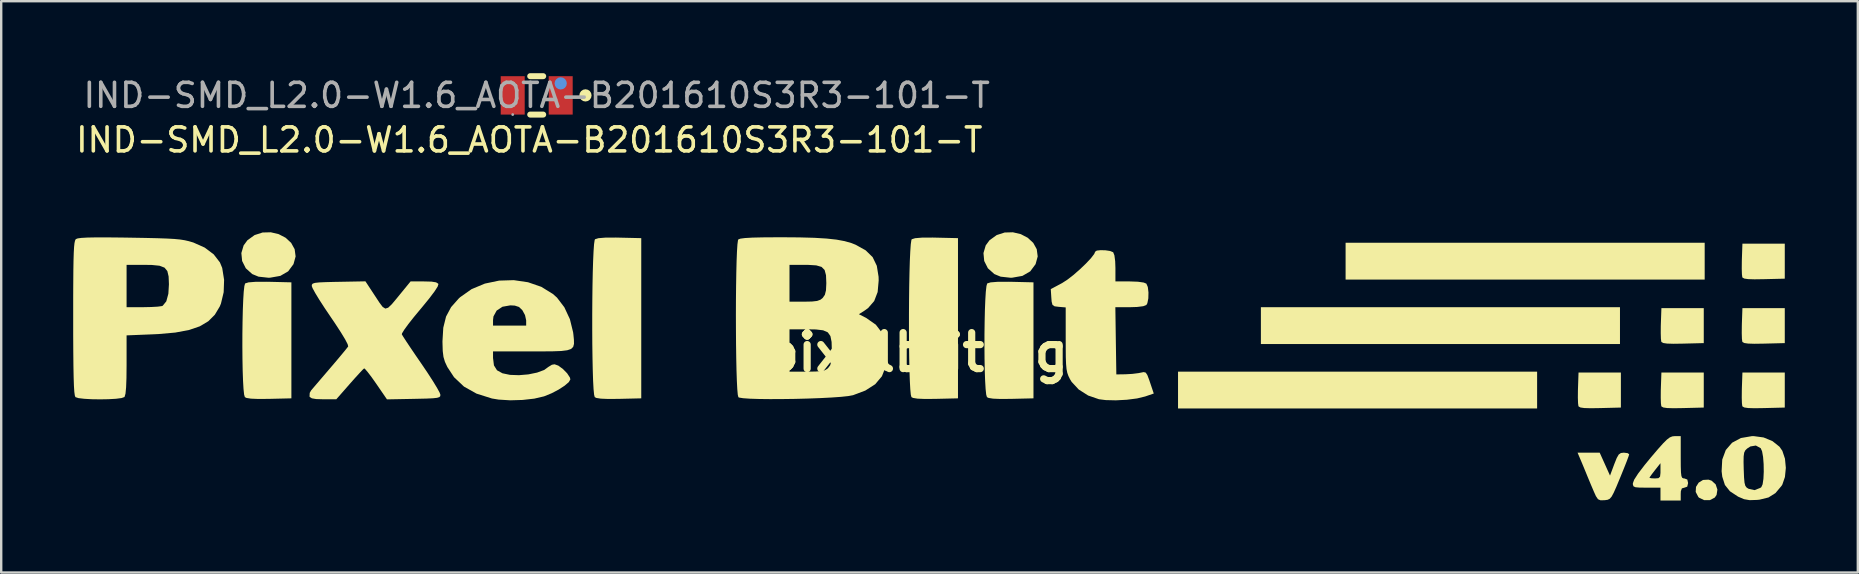
<source format=kicad_pcb>
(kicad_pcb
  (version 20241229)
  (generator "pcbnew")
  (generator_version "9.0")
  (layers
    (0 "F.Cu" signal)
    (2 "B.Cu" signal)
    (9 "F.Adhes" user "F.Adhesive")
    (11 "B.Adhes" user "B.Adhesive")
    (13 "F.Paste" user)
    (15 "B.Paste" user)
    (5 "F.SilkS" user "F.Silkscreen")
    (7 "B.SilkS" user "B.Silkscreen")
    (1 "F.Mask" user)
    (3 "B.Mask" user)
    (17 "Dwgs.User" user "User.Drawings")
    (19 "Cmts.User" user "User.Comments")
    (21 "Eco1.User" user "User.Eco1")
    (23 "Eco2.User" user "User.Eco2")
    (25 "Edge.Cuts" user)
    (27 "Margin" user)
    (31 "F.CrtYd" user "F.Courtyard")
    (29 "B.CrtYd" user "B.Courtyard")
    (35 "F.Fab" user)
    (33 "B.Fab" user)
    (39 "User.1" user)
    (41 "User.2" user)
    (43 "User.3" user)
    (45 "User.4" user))
  (footprint "pixelblitlogo"
    (layer "F.Cu")
    (at 35.836 11.632)
    (property "Reference" "pixelblitlogo" (at 0 0 0) (layer "F.SilkS") (effects (font (size 1.5 1.5) (thickness 0.3))))
    (attr board_only exclude_from_pos_files exclude_from_bom)
    (fp_poly (pts (xy 25.17 1.573) (xy 25.17 2.34) (xy 17.688 2.34) (xy 10.206 2.34) (xy 10.206 1.573) (xy 10.206 0.806) (xy 17.688 0.806) (xy 25.17 0.806)) (stroke (width 0) (type solid)) (fill yes) (layer "F.SilkS"))
    (fp_poly (pts (xy 28.623 -1.113) (xy 28.623 -0.345) (xy 21.141 -0.345) (xy 13.659 -0.345) (xy 13.659 -1.113) (xy 13.659 -1.88) (xy 21.141 -1.88) (xy 28.623 -1.88)) (stroke (width 0) (type solid)) (fill yes) (layer "F.SilkS"))
    (fp_poly (pts (xy 32.153 -3.798) (xy 32.153 -3.031) (xy 24.671 -3.031) (xy 17.189 -3.031) (xy 17.189 -3.798) (xy 17.189 -4.566) (xy 24.671 -4.566) (xy 32.153 -4.566)) (stroke (width 0) (type solid)) (fill yes) (layer "F.SilkS"))
    (fp_poly (pts (xy 32.441 5.349) (xy 32.61 5.502) (xy 32.683 5.72) (xy 32.649 5.943) (xy 32.574 6.053) (xy 32.371 6.159) (xy 32.129 6.16) (xy 31.918 6.058) (xy 31.89 6.031) (xy 31.779 5.819) (xy 31.791 5.608) (xy 31.902 5.431) (xy 32.084 5.319) (xy 32.313 5.306)) (stroke (width 0) (type solid)) (fill yes) (layer "F.SilkS"))
    (fp_poly (pts (xy 28.661 1.573) (xy 28.661 2.302) (xy 27.797 2.324) (xy 27.401 2.33) (xy 27.135 2.322) (xy 26.976 2.299) (xy 26.902 2.258) (xy 26.892 2.241) (xy 26.876 2.119) (xy 26.868 1.888) (xy 26.871 1.59) (xy 26.874 1.49) (xy 26.896 0.844) (xy 27.779 0.844) (xy 28.661 0.844)) (stroke (width 0) (type solid)) (fill yes) (layer "F.SilkS"))
    (fp_poly (pts (xy 32.115 -1.113) (xy 32.115 -0.384) (xy 31.25 -0.362) (xy 30.854 -0.356) (xy 30.588 -0.364) (xy 30.43 -0.387) (xy 30.355 -0.428) (xy 30.345 -0.445) (xy 30.329 -0.567) (xy 30.322 -0.798) (xy 30.324 -1.096) (xy 30.327 -1.196) (xy 30.35 -1.842) (xy 31.232 -1.842) (xy 32.115 -1.842)) (stroke (width 0) (type solid)) (fill yes) (layer "F.SilkS"))
    (fp_poly (pts (xy 32.115 1.573) (xy 32.115 2.302) (xy 31.25 2.324) (xy 30.854 2.33) (xy 30.588 2.322) (xy 30.43 2.299) (xy 30.355 2.258) (xy 30.345 2.241) (xy 30.329 2.119) (xy 30.322 1.888) (xy 30.324 1.59) (xy 30.327 1.49) (xy 30.35 0.844) (xy 31.232 0.844) (xy 32.115 0.844)) (stroke (width 0) (type solid)) (fill yes) (layer "F.SilkS"))
    (fp_poly (pts (xy 35.491 -3.798) (xy 35.491 -3.069) (xy 34.626 -3.048) (xy 34.23 -3.042) (xy 33.965 -3.05) (xy 33.806 -3.073) (xy 33.731 -3.113) (xy 33.721 -3.131) (xy 33.705 -3.253) (xy 33.698 -3.484) (xy 33.701 -3.782) (xy 33.703 -3.882) (xy 33.726 -4.527) (xy 34.608 -4.527) (xy 35.491 -4.527)) (stroke (width 0) (type solid)) (fill yes) (layer "F.SilkS"))
    (fp_poly (pts (xy 35.491 -1.113) (xy 35.491 -0.384) (xy 34.626 -0.362) (xy 34.23 -0.356) (xy 33.965 -0.364) (xy 33.806 -0.387) (xy 33.731 -0.428) (xy 33.721 -0.445) (xy 33.705 -0.567) (xy 33.698 -0.798) (xy 33.701 -1.096) (xy 33.703 -1.196) (xy 33.726 -1.842) (xy 34.608 -1.842) (xy 35.491 -1.842)) (stroke (width 0) (type solid)) (fill yes) (layer "F.SilkS"))
    (fp_poly (pts (xy 35.491 1.573) (xy 35.491 2.302) (xy 34.626 2.324) (xy 34.23 2.33) (xy 33.965 2.322) (xy 33.806 2.299) (xy 33.731 2.258) (xy 33.721 2.241) (xy 33.705 2.119) (xy 33.698 1.888) (xy 33.701 1.59) (xy 33.703 1.49) (xy 33.726 0.844) (xy 34.608 0.844) (xy 35.491 0.844)) (stroke (width 0) (type solid)) (fill yes) (layer "F.SilkS"))
    (fp_poly (pts (xy -27.274 -4.925) (xy -26.983 -4.774) (xy -26.753 -4.561) (xy -26.607 -4.297) (xy -26.567 -3.996) (xy -26.655 -3.674) (xy -26.878 -3.374) (xy -27.204 -3.185) (xy -27.63 -3.11) (xy -27.702 -3.108) (xy -28.113 -3.153) (xy -28.375 -3.261) (xy -28.643 -3.502) (xy -28.796 -3.806) (xy -28.828 -4.136) (xy -28.733 -4.456) (xy -28.576 -4.669) (xy -28.276 -4.886) (xy -27.943 -4.993) (xy -27.601 -5.002)) (stroke (width 0) (type solid)) (fill yes) (layer "F.SilkS"))
    (fp_poly (pts (xy 3.652 -4.925) (xy 3.942 -4.774) (xy 4.172 -4.561) (xy 4.318 -4.297) (xy 4.358 -3.996) (xy 4.27 -3.674) (xy 4.047 -3.374) (xy 3.721 -3.185) (xy 3.296 -3.11) (xy 3.223 -3.108) (xy 2.812 -3.153) (xy 2.551 -3.261) (xy 2.282 -3.502) (xy 2.129 -3.806) (xy 2.098 -4.136) (xy 2.192 -4.456) (xy 2.349 -4.669) (xy 2.649 -4.886) (xy 2.982 -4.993) (xy 3.324 -5.002)) (stroke (width 0) (type solid)) (fill yes) (layer "F.SilkS"))
    (fp_poly (pts (xy -27.653 -2.938) (xy -26.743 -2.916) (xy -26.743 -0.499) (xy -26.743 1.918) (xy -27.665 1.94) (xy -28.116 1.944) (xy -28.428 1.931) (xy -28.615 1.901) (xy -28.682 1.867) (xy -28.713 1.761) (xy -28.738 1.526) (xy -28.758 1.185) (xy -28.773 0.762) (xy -28.782 0.281) (xy -28.786 -0.236) (xy -28.785 -0.765) (xy -28.778 -1.282) (xy -28.767 -1.763) (xy -28.75 -2.186) (xy -28.729 -2.527) (xy -28.702 -2.763) (xy -28.671 -2.87) (xy -28.67 -2.871) (xy -28.528 -2.915) (xy -28.236 -2.938) (xy -27.793 -2.94)) (stroke (width 0) (type solid)) (fill yes) (layer "F.SilkS"))
    (fp_poly (pts (xy 3.272 -2.938) (xy 4.182 -2.916) (xy 4.182 -0.499) (xy 4.182 1.918) (xy 3.26 1.94) (xy 2.809 1.944) (xy 2.497 1.931) (xy 2.31 1.901) (xy 2.243 1.867) (xy 2.212 1.761) (xy 2.187 1.526) (xy 2.167 1.185) (xy 2.152 0.762) (xy 2.143 0.281) (xy 2.139 -0.236) (xy 2.14 -0.765) (xy 2.147 -1.282) (xy 2.158 -1.763) (xy 2.175 -2.186) (xy 2.196 -2.527) (xy 2.223 -2.763) (xy 2.254 -2.87) (xy 2.255 -2.871) (xy 2.397 -2.915) (xy 2.689 -2.938) (xy 3.132 -2.94)) (stroke (width 0) (type solid)) (fill yes) (layer "F.SilkS"))
    (fp_poly (pts (xy -13.073 -4.779) (xy -12.163 -4.758) (xy -12.163 -1.42) (xy -12.163 1.918) (xy -13.085 1.94) (xy -13.536 1.944) (xy -13.848 1.931) (xy -14.035 1.901) (xy -14.102 1.867) (xy -14.128 1.765) (xy -14.151 1.531) (xy -14.17 1.183) (xy -14.184 0.741) (xy -14.195 0.225) (xy -14.203 -0.345) (xy -14.206 -0.95) (xy -14.206 -1.57) (xy -14.202 -2.186) (xy -14.195 -2.777) (xy -14.184 -3.324) (xy -14.169 -3.807) (xy -14.151 -4.206) (xy -14.13 -4.503) (xy -14.105 -4.676) (xy -14.09 -4.712) (xy -13.948 -4.756) (xy -13.656 -4.78) (xy -13.213 -4.782)) (stroke (width 0) (type solid)) (fill yes) (layer "F.SilkS"))
    (fp_poly (pts (xy 0.126 -4.779) (xy 1.036 -4.758) (xy 1.036 -1.42) (xy 1.036 1.918) (xy 0.113 1.94) (xy -0.337 1.944) (xy -0.649 1.931) (xy -0.836 1.901) (xy -0.903 1.867) (xy -0.93 1.765) (xy -0.952 1.531) (xy -0.971 1.183) (xy -0.986 0.741) (xy -0.997 0.225) (xy -1.004 -0.345) (xy -1.007 -0.95) (xy -1.007 -1.57) (xy -1.003 -2.186) (xy -0.996 -2.777) (xy -0.985 -3.324) (xy -0.971 -3.807) (xy -0.952 -4.206) (xy -0.931 -4.503) (xy -0.906 -4.676) (xy -0.891 -4.712) (xy -0.749 -4.756) (xy -0.457 -4.78) (xy -0.014 -4.782)) (stroke (width 0) (type solid)) (fill yes) (layer "F.SilkS"))
    (fp_poly (pts (xy 27.993 4.659) (xy 28.208 5.137) (xy 28.386 4.659) (xy 28.489 4.402) (xy 28.572 4.258) (xy 28.662 4.196) (xy 28.786 4.182) (xy 28.943 4.202) (xy 29.007 4.249) (xy 28.979 4.341) (xy 28.903 4.546) (xy 28.789 4.834) (xy 28.65 5.177) (xy 28.629 5.227) (xy 28.474 5.6) (xy 28.36 5.856) (xy 28.273 6.016) (xy 28.195 6.104) (xy 28.11 6.145) (xy 28.002 6.161) (xy 27.976 6.163) (xy 27.811 6.167) (xy 27.707 6.122) (xy 27.62 5.993) (xy 27.541 5.818) (xy 27.412 5.516) (xy 27.281 5.201) (xy 27.241 5.103) (xy 27.125 4.821) (xy 27.008 4.54) (xy 26.978 4.47) (xy 26.856 4.182) (xy 27.317 4.182) (xy 27.778 4.182)) (stroke (width 0) (type solid)) (fill yes) (layer "F.SilkS"))
    (fp_poly (pts (xy 31.155 4.374) (xy 31.157 4.753) (xy 31.165 5.005) (xy 31.183 5.155) (xy 31.217 5.23) (xy 31.271 5.255) (xy 31.309 5.256) (xy 31.429 5.301) (xy 31.462 5.448) (xy 31.426 5.599) (xy 31.309 5.64) (xy 31.203 5.67) (xy 31.16 5.788) (xy 31.155 5.909) (xy 31.155 6.177) (xy 30.733 6.177) (xy 30.311 6.177) (xy 30.311 5.909) (xy 30.311 5.64) (xy 29.736 5.64) (xy 29.443 5.638) (xy 29.271 5.623) (xy 29.188 5.586) (xy 29.162 5.516) (xy 29.16 5.457) (xy 29.215 5.307) (xy 29.266 5.229) (xy 29.851 5.229) (xy 29.918 5.248) (xy 30.079 5.256) (xy 30.081 5.256) (xy 30.227 5.245) (xy 30.293 5.182) (xy 30.311 5.023) (xy 30.311 4.939) (xy 30.311 4.621) (xy 30.081 4.911) (xy 29.947 5.085) (xy 29.864 5.203) (xy 29.851 5.229) (xy 29.266 5.229) (xy 29.377 5.056) (xy 29.644 4.706) (xy 29.908 4.384) (xy 30.202 4.039) (xy 30.419 3.796) (xy 30.579 3.637) (xy 30.702 3.545) (xy 30.807 3.503) (xy 30.906 3.493) (xy 31.155 3.492)) (stroke (width 0) (type solid)) (fill yes) (layer "F.SilkS"))
    (fp_poly (pts (xy 34.608 3.548) (xy 34.98 3.702) (xy 35.27 3.934) (xy 35.389 4.104) (xy 35.499 4.433) (xy 35.535 4.816) (xy 35.498 5.194) (xy 35.391 5.508) (xy 35.357 5.564) (xy 35.102 5.867) (xy 34.812 6.049) (xy 34.44 6.14) (xy 34.332 6.151) (xy 34.028 6.161) (xy 33.794 6.121) (xy 33.553 6.018) (xy 33.539 6.01) (xy 33.206 5.791) (xy 32.996 5.528) (xy 32.886 5.184) (xy 32.859 4.955) (xy 32.879 4.578) (xy 33.773 4.578) (xy 33.78 4.871) (xy 33.793 5.211) (xy 33.813 5.431) (xy 33.847 5.563) (xy 33.904 5.639) (xy 33.986 5.689) (xy 34.231 5.743) (xy 34.472 5.649) (xy 34.513 5.619) (xy 34.567 5.5) (xy 34.601 5.272) (xy 34.615 4.977) (xy 34.61 4.659) (xy 34.587 4.361) (xy 34.545 4.125) (xy 34.488 3.996) (xy 34.286 3.885) (xy 34.058 3.923) (xy 33.923 4.01) (xy 33.846 4.085) (xy 33.799 4.182) (xy 33.777 4.335) (xy 33.773 4.578) (xy 32.879 4.578) (xy 32.885 4.469) (xy 33.033 4.07) (xy 33.295 3.768) (xy 33.661 3.572) (xy 34.123 3.493) (xy 34.194 3.492)) (stroke (width 0) (type solid)) (fill yes) (layer "F.SilkS"))
    (fp_poly (pts (xy 7.186 -4.251) (xy 7.377 -4.222) (xy 7.5 -4.172) (xy 7.505 -4.167) (xy 7.555 -4.039) (xy 7.587 -3.794) (xy 7.597 -3.515) (xy 7.597 -2.954) (xy 8.196 -2.954) (xy 8.533 -2.942) (xy 8.774 -2.908) (xy 8.886 -2.862) (xy 8.947 -2.721) (xy 8.974 -2.494) (xy 8.968 -2.248) (xy 8.928 -2.046) (xy 8.886 -1.972) (xy 8.757 -1.922) (xy 8.505 -1.89) (xy 8.194 -1.88) (xy 7.594 -1.88) (xy 7.614 -0.48) (xy 7.635 0.921) (xy 8.019 0.915) (xy 8.302 0.899) (xy 8.563 0.866) (xy 8.642 0.85) (xy 8.774 0.824) (xy 8.86 0.846) (xy 8.927 0.946) (xy 9.005 1.153) (xy 9.039 1.254) (xy 9.195 1.717) (xy 8.837 1.84) (xy 8.5 1.922) (xy 8.072 1.977) (xy 7.615 2.001) (xy 7.191 1.991) (xy 6.91 1.955) (xy 6.46 1.8) (xy 6.067 1.55) (xy 5.772 1.232) (xy 5.704 1.12) (xy 5.638 0.987) (xy 5.591 0.855) (xy 5.559 0.696) (xy 5.54 0.484) (xy 5.529 0.191) (xy 5.526 -0.21) (xy 5.525 -0.545) (xy 5.525 -1.871) (xy 5.237 -1.895) (xy 5.062 -1.917) (xy 4.975 -1.975) (xy 4.939 -2.112) (xy 4.926 -2.276) (xy 4.903 -2.634) (xy 5.374 -2.885) (xy 5.59 -3.024) (xy 5.847 -3.223) (xy 6.115 -3.457) (xy 6.367 -3.698) (xy 6.576 -3.92) (xy 6.713 -4.098) (xy 6.753 -4.193) (xy 6.819 -4.239) (xy 6.982 -4.257)) (stroke (width 0) (type solid)) (fill yes) (layer "F.SilkS"))
    (fp_poly (pts (xy -16.881 -2.92) (xy -16.328 -2.729) (xy -15.846 -2.432) (xy -15.674 -2.279) (xy -15.368 -1.877) (xy -15.137 -1.381) (xy -15.003 -0.837) (xy -14.991 -0.743) (xy -14.969 -0.521) (xy -14.966 -0.351) (xy -15 -0.226) (xy -15.087 -0.14) (xy -15.247 -0.086) (xy -15.495 -0.055) (xy -15.851 -0.042) (xy -16.33 -0.038) (xy -16.738 -0.038) (xy -18.34 -0.038) (xy -18.34 0.235) (xy -18.302 0.545) (xy -18.174 0.749) (xy -17.947 0.874) (xy -17.632 0.94) (xy -17.259 0.953) (xy -16.868 0.92) (xy -16.504 0.845) (xy -16.209 0.736) (xy -16.033 0.608) (xy -15.886 0.518) (xy -15.775 0.499) (xy -15.618 0.555) (xy -15.428 0.695) (xy -15.252 0.874) (xy -15.138 1.048) (xy -15.117 1.128) (xy -15.183 1.243) (xy -15.358 1.392) (xy -15.609 1.555) (xy -15.902 1.708) (xy -16.203 1.831) (xy -16.217 1.836) (xy -16.62 1.93) (xy -17.11 1.985) (xy -17.627 2) (xy -18.11 1.97) (xy -18.387 1.924) (xy -19.029 1.721) (xy -19.551 1.428) (xy -19.964 1.038) (xy -20.243 0.614) (xy -20.344 0.398) (xy -20.405 0.193) (xy -20.436 -0.054) (xy -20.446 -0.395) (xy -20.447 -0.46) (xy -20.413 -1.026) (xy -20.333 -1.346) (xy -18.34 -1.346) (xy -18.34 -1.113) (xy -17.65 -1.113) (xy -16.959 -1.113) (xy -16.959 -1.333) (xy -17.007 -1.551) (xy -17.118 -1.755) (xy -17.257 -1.889) (xy -17.433 -1.947) (xy -17.62 -1.957) (xy -17.947 -1.899) (xy -18.189 -1.739) (xy -18.322 -1.496) (xy -18.34 -1.346) (xy -20.333 -1.346) (xy -20.298 -1.489) (xy -20.087 -1.884) (xy -19.766 -2.246) (xy -19.707 -2.3) (xy -19.23 -2.635) (xy -18.68 -2.864) (xy -18.086 -2.988) (xy -17.476 -3.007)) (stroke (width 0) (type solid)) (fill yes) (layer "F.SilkS"))
    (fp_poly (pts (xy -33.806 -4.783) (xy -33.478 -4.778) (xy -32.838 -4.767) (xy -32.329 -4.755) (xy -31.931 -4.741) (xy -31.623 -4.724) (xy -31.382 -4.701) (xy -31.187 -4.67) (xy -31.017 -4.631) (xy -30.85 -4.582) (xy -30.825 -4.574) (xy -30.357 -4.365) (xy -29.981 -4.083) (xy -29.721 -3.746) (xy -29.626 -3.516) (xy -29.547 -3.02) (xy -29.565 -2.504) (xy -29.678 -2.032) (xy -29.728 -1.909) (xy -29.933 -1.567) (xy -30.206 -1.294) (xy -30.561 -1.083) (xy -31.015 -0.928) (xy -31.583 -0.823) (xy -32.281 -0.761) (xy -32.517 -0.75) (xy -33.611 -0.706) (xy -33.611 0.533) (xy -33.616 1.07) (xy -33.631 1.462) (xy -33.656 1.72) (xy -33.693 1.851) (xy -33.703 1.865) (xy -33.82 1.906) (xy -34.053 1.936) (xy -34.363 1.954) (xy -34.712 1.96) (xy -35.062 1.955) (xy -35.376 1.937) (xy -35.614 1.909) (xy -35.741 1.868) (xy -35.744 1.865) (xy -35.768 1.799) (xy -35.789 1.646) (xy -35.805 1.398) (xy -35.817 1.044) (xy -35.826 0.574) (xy -35.832 -0.021) (xy -35.836 -0.753) (xy -35.836 -1.426) (xy -35.836 -2.225) (xy -35.834 -2.763) (xy -33.611 -2.763) (xy -33.611 -1.88) (xy -32.901 -1.881) (xy -32.58 -1.888) (xy -32.314 -1.903) (xy -32.144 -1.926) (xy -32.107 -1.939) (xy -31.956 -2.124) (xy -31.87 -2.44) (xy -31.846 -2.834) (xy -31.859 -3.161) (xy -31.913 -3.387) (xy -32.031 -3.529) (xy -32.238 -3.608) (xy -32.557 -3.64) (xy -32.882 -3.645) (xy -33.611 -3.645) (xy -33.611 -2.763) (xy -35.834 -2.763) (xy -35.833 -2.884) (xy -35.829 -3.417) (xy -35.822 -3.836) (xy -35.812 -4.156) (xy -35.799 -4.389) (xy -35.782 -4.55) (xy -35.76 -4.651) (xy -35.734 -4.707) (xy -35.723 -4.718) (xy -35.648 -4.747) (xy -35.493 -4.768) (xy -35.245 -4.782) (xy -34.89 -4.789) (xy -34.415 -4.789)) (stroke (width 0) (type solid)) (fill yes) (layer "F.SilkS"))
    (fp_poly (pts (xy -23.252 -2.342) (xy -23.071 -2.066) (xy -22.939 -1.892) (xy -22.827 -1.822) (xy -22.709 -1.86) (xy -22.556 -2.006) (xy -22.341 -2.263) (xy -22.21 -2.424) (xy -21.776 -2.954) (xy -21.217 -2.954) (xy -20.902 -2.946) (xy -20.714 -2.916) (xy -20.625 -2.861) (xy -20.616 -2.842) (xy -20.648 -2.739) (xy -20.778 -2.537) (xy -20.997 -2.246) (xy -21.297 -1.879) (xy -21.374 -1.787) (xy -21.643 -1.463) (xy -21.869 -1.176) (xy -22.037 -0.946) (xy -22.129 -0.796) (xy -22.142 -0.751) (xy -22.089 -0.661) (xy -21.963 -0.466) (xy -21.779 -0.19) (xy -21.551 0.146) (xy -21.324 0.476) (xy -21.07 0.851) (xy -20.85 1.191) (xy -20.678 1.473) (xy -20.568 1.674) (xy -20.534 1.765) (xy -20.539 1.825) (xy -20.577 1.867) (xy -20.671 1.896) (xy -20.842 1.915) (xy -21.115 1.928) (xy -21.512 1.937) (xy -21.644 1.94) (xy -22.76 1.961) (xy -23.211 1.304) (xy -23.401 1.035) (xy -23.562 0.824) (xy -23.673 0.695) (xy -23.711 0.669) (xy -23.779 0.732) (xy -23.924 0.887) (xy -24.125 1.108) (xy -24.316 1.324) (xy -24.871 1.957) (xy -25.407 1.957) (xy -25.71 1.948) (xy -25.889 1.918) (xy -25.976 1.861) (xy -25.987 1.839) (xy -25.979 1.691) (xy -25.922 1.589) (xy -25.833 1.484) (xy -25.666 1.289) (xy -25.443 1.028) (xy -25.186 0.728) (xy -25.121 0.652) (xy -24.865 0.352) (xy -24.644 0.088) (xy -24.477 -0.115) (xy -24.385 -0.232) (xy -24.376 -0.246) (xy -24.399 -0.339) (xy -24.503 -0.54) (xy -24.679 -0.83) (xy -24.915 -1.193) (xy -25.105 -1.473) (xy -25.358 -1.848) (xy -25.578 -2.188) (xy -25.75 -2.471) (xy -25.86 -2.672) (xy -25.894 -2.763) (xy -25.888 -2.822) (xy -25.849 -2.865) (xy -25.756 -2.894) (xy -25.584 -2.913) (xy -25.311 -2.925) (xy -24.914 -2.935) (xy -24.778 -2.937) (xy -23.657 -2.958)) (stroke (width 0) (type solid)) (fill yes) (layer "F.SilkS"))
    (fp_poly (pts (xy -5.576 -4.789) (xy -4.952 -4.772) (xy -4.441 -4.741) (xy -4.026 -4.696) (xy -3.687 -4.633) (xy -3.403 -4.552) (xy -3.232 -4.484) (xy -2.81 -4.249) (xy -2.52 -3.965) (xy -2.347 -3.606) (xy -2.273 -3.148) (xy -2.269 -2.993) (xy -2.312 -2.512) (xy -2.456 -2.136) (xy -2.711 -1.843) (xy -2.854 -1.74) (xy -3.093 -1.588) (xy -2.794 -1.435) (xy -2.388 -1.152) (xy -2.108 -0.785) (xy -1.954 -0.33) (xy -1.918 0.077) (xy -1.971 0.583) (xy -2.133 0.997) (xy -2.414 1.33) (xy -2.824 1.593) (xy -3.338 1.787) (xy -3.532 1.823) (xy -3.841 1.856) (xy -4.241 1.884) (xy -4.709 1.908) (xy -5.222 1.927) (xy -5.755 1.941) (xy -6.286 1.948) (xy -6.791 1.95) (xy -7.247 1.945) (xy -7.63 1.933) (xy -7.917 1.913) (xy -8.085 1.886) (xy -8.115 1.871) (xy -8.14 1.771) (xy -8.161 1.537) (xy -8.179 1.189) (xy -8.194 0.747) (xy -8.205 0.231) (xy -8.209 -0.077) (xy -5.985 -0.077) (xy -5.985 0.806) (xy -5.256 0.806) (xy -4.903 0.801) (xy -4.669 0.784) (xy -4.517 0.749) (xy -4.413 0.688) (xy -4.374 0.652) (xy -4.291 0.542) (xy -4.244 0.388) (xy -4.224 0.15) (xy -4.221 -0.077) (xy -4.231 -0.432) (xy -4.28 -0.677) (xy -4.389 -0.832) (xy -4.583 -0.917) (xy -4.886 -0.953) (xy -5.256 -0.959) (xy -5.985 -0.959) (xy -5.985 -0.077) (xy -8.209 -0.077) (xy -8.213 -0.339) (xy -8.217 -0.945) (xy -8.219 -1.565) (xy -8.217 -2.181) (xy -8.211 -2.772) (xy -8.209 -2.878) (xy -5.985 -2.878) (xy -5.985 -2.11) (xy -5.372 -2.11) (xy -5.046 -2.117) (xy -4.834 -2.141) (xy -4.695 -2.192) (xy -4.604 -2.264) (xy -4.512 -2.395) (xy -4.465 -2.582) (xy -4.451 -2.872) (xy -4.451 -2.891) (xy -4.464 -3.214) (xy -4.522 -3.43) (xy -4.649 -3.559) (xy -4.87 -3.623) (xy -5.211 -3.644) (xy -5.345 -3.645) (xy -5.985 -3.645) (xy -5.985 -2.878) (xy -8.209 -2.878) (xy -8.202 -3.319) (xy -8.19 -3.802) (xy -8.174 -4.201) (xy -8.155 -4.497) (xy -8.132 -4.669) (xy -8.119 -4.704) (xy -8.032 -4.737) (xy -7.841 -4.762) (xy -7.533 -4.78) (xy -7.097 -4.79) (xy -6.523 -4.794) (xy -6.335 -4.795)) (stroke (width 0) (type solid)) (fill yes) (layer "F.SilkS")))
  (footprint "IND-SMD_L2.0-W1.6_AOTA-B201610S3R3-101-T"
    (layer "F.Cu")
    (at 19.316 0.925)
    (property "Reference" "IND-SMD_L2.0-W1.6_AOTA-B201610S3R3-101-T" (at -0.31 1.857 180) (layer "F.SilkS") (effects (font (size 1 1) (thickness 0.15))))
    (attr smd)
    (fp_line (start -0.27 -0.8) (end 0.27 -0.8) (stroke (width 0.25) (type solid)) (layer "F.SilkS"))
    (fp_line (start -0.27 0.8) (end 0.27 0.8) (stroke (width 0.25) (type solid)) (layer "F.SilkS"))
    (fp_circle (center 2.032 0) (end 2.162 0) (stroke (width 0.25) (type solid)) (fill no) (layer "F.SilkS"))
    (fp_circle (center 1 -0.5) (end 1.13 -0.5) (stroke (width 0.25) (type solid)) (fill no) (layer "Cmts.User"))
    (fp_circle (center -1 0.8) (end -0.97 0.8) (stroke (width 0.06) (type solid)) (fill no) (layer "F.Fab"))
    (fp_text user "${REFERENCE}" (at 0 0 180) (layer "F.Fab") (effects (font (size 1 1) (thickness 0.15))))
    (pad "1" smd rect (at -1 0) (size 1 1.6) (layers "F.Cu" "F.Mask" "F.Paste"))
    (pad "2" smd rect (at 1 0) (size 1 1.6) (layers "F.Cu" "F.Mask" "F.Paste")))
  (gr_rect
    (start -3 -3)
    (end 74.371 20.81)
    (stroke (width 0.1) (type default))
    (fill no)
    (layer "Edge.Cuts")))
</source>
